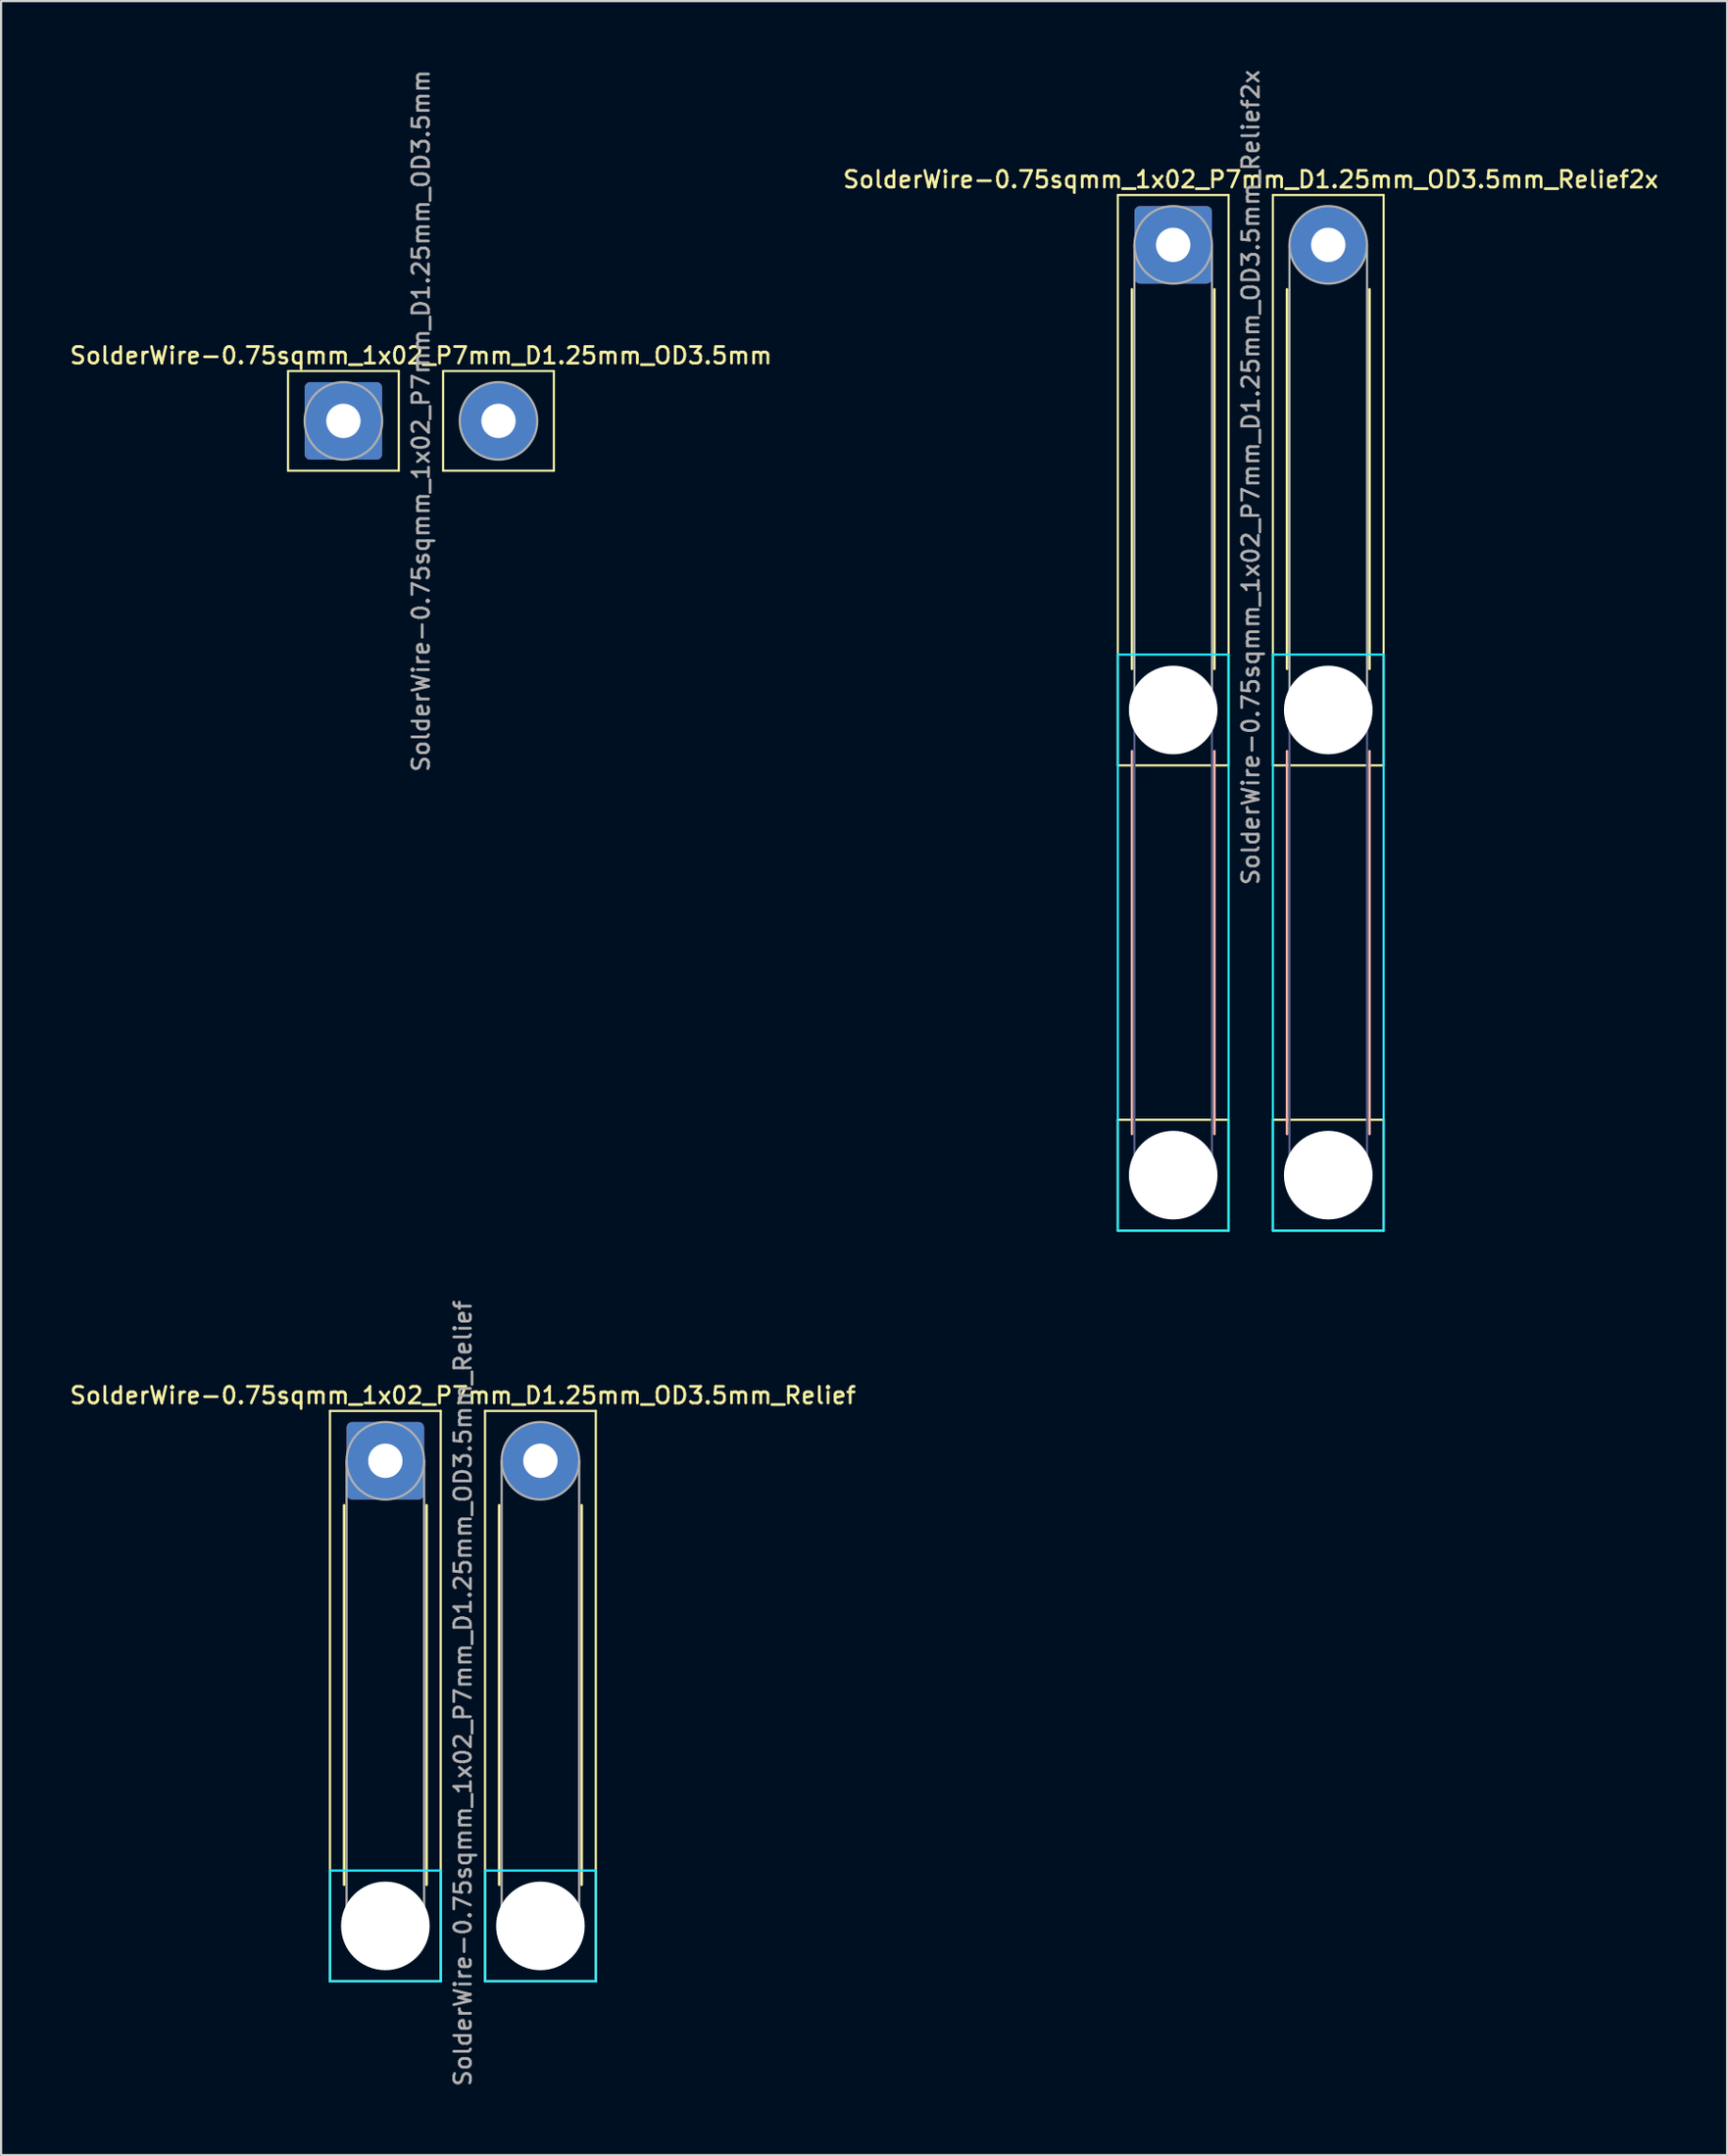
<source format=kicad_pcb>
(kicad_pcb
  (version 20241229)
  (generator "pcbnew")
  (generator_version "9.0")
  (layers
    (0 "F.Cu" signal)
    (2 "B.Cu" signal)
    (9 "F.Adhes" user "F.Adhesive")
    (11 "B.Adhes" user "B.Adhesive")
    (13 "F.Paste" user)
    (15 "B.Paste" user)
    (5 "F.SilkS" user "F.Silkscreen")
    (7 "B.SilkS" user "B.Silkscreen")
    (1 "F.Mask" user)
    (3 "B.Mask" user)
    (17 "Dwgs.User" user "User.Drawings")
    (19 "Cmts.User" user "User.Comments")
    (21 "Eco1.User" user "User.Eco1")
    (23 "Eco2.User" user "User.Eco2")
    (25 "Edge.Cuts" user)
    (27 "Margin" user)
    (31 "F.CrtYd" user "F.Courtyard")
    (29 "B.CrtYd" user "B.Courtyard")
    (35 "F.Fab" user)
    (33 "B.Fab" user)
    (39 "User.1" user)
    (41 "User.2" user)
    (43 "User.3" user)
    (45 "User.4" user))
  (footprint "SolderWire-0.75sqmm_1x02_P7mm_D1.25mm_OD3.5mm_Relief2x"
    (layer "F.Cu")
    (at 49.909 8.005)
    (property "Reference" "SolderWire-0.75sqmm_1x02_P7mm_D1.25mm_OD3.5mm_Relief2x" (at 3.5 -2.95 0) (layer "F.SilkS") (effects (font (size 0.75 0.75) (thickness 0.125))))
    (attr exclude_from_pos_files exclude_from_bom)
    (fp_line (start -2.5 -2.25) (end -2.5 23.5) (stroke (width 0.1) (type solid)) (layer "F.SilkS"))
    (fp_line (start -2.5 23.5) (end 2.5 23.5) (stroke (width 0.1) (type solid)) (layer "F.SilkS"))
    (fp_line (start -2.5 39.5) (end -2.5 44.5) (stroke (width 0.1) (type solid)) (layer "F.SilkS"))
    (fp_line (start -2.5 44.5) (end 2.5 44.5) (stroke (width 0.1) (type solid)) (layer "F.SilkS"))
    (fp_line (start -1.86 2.01) (end -1.86 19.14) (stroke (width 0.12) (type solid)) (layer "F.SilkS"))
    (fp_line (start 1.86 2.01) (end 1.86 19.14) (stroke (width 0.12) (type solid)) (layer "F.SilkS"))
    (fp_line (start 2.5 -2.25) (end -2.5 -2.25) (stroke (width 0.1) (type solid)) (layer "F.SilkS"))
    (fp_line (start 2.5 23.5) (end 2.5 -2.25) (stroke (width 0.1) (type solid)) (layer "F.SilkS"))
    (fp_line (start 2.5 39.5) (end -2.5 39.5) (stroke (width 0.1) (type solid)) (layer "F.SilkS"))
    (fp_line (start 2.5 44.5) (end 2.5 39.5) (stroke (width 0.1) (type solid)) (layer "F.SilkS"))
    (fp_line (start 4.5 -2.25) (end 4.5 23.5) (stroke (width 0.1) (type solid)) (layer "F.SilkS"))
    (fp_line (start 4.5 23.5) (end 9.5 23.5) (stroke (width 0.1) (type solid)) (layer "F.SilkS"))
    (fp_line (start 4.5 39.5) (end 4.5 44.5) (stroke (width 0.1) (type solid)) (layer "F.SilkS"))
    (fp_line (start 4.5 44.5) (end 9.5 44.5) (stroke (width 0.1) (type solid)) (layer "F.SilkS"))
    (fp_line (start 5.14 2.01) (end 5.14 19.14) (stroke (width 0.12) (type solid)) (layer "F.SilkS"))
    (fp_line (start 8.86 2.01) (end 8.86 19.14) (stroke (width 0.12) (type solid)) (layer "F.SilkS"))
    (fp_line (start 9.5 -2.25) (end 4.5 -2.25) (stroke (width 0.1) (type solid)) (layer "F.SilkS"))
    (fp_line (start 9.5 23.5) (end 9.5 -2.25) (stroke (width 0.1) (type solid)) (layer "F.SilkS"))
    (fp_line (start 9.5 39.5) (end 4.5 39.5) (stroke (width 0.1) (type solid)) (layer "F.SilkS"))
    (fp_line (start 9.5 44.5) (end 9.5 39.5) (stroke (width 0.1) (type solid)) (layer "F.SilkS"))
    (fp_line (start -1.86 22.86) (end -1.86 40.14) (stroke (width 0.12) (type solid)) (layer "B.SilkS"))
    (fp_line (start 1.86 22.86) (end 1.86 40.14) (stroke (width 0.12) (type solid)) (layer "B.SilkS"))
    (fp_line (start 5.14 22.86) (end 5.14 40.14) (stroke (width 0.12) (type solid)) (layer "B.SilkS"))
    (fp_line (start 8.86 22.86) (end 8.86 40.14) (stroke (width 0.12) (type solid)) (layer "B.SilkS"))
    (fp_line (start -2.5 18.5) (end -2.5 44.5) (stroke (width 0.1) (type solid)) (layer "B.CrtYd"))
    (fp_line (start -2.5 44.5) (end 2.5 44.5) (stroke (width 0.1) (type solid)) (layer "B.CrtYd"))
    (fp_line (start 2.5 18.5) (end -2.5 18.5) (stroke (width 0.1) (type solid)) (layer "B.CrtYd"))
    (fp_line (start 2.5 44.5) (end 2.5 18.5) (stroke (width 0.1) (type solid)) (layer "B.CrtYd"))
    (fp_line (start 4.5 18.5) (end 4.5 44.5) (stroke (width 0.1) (type solid)) (layer "B.CrtYd"))
    (fp_line (start 4.5 44.5) (end 9.5 44.5) (stroke (width 0.1) (type solid)) (layer "B.CrtYd"))
    (fp_line (start 9.5 18.5) (end 4.5 18.5) (stroke (width 0.1) (type solid)) (layer "B.CrtYd"))
    (fp_line (start 9.5 44.5) (end 9.5 18.5) (stroke (width 0.1) (type solid)) (layer "B.CrtYd"))
    (fp_line (start -1.75 21) (end -1.75 42) (stroke (width 0.1) (type solid)) (layer "B.Fab"))
    (fp_line (start 1.75 21) (end 1.75 42) (stroke (width 0.1) (type solid)) (layer "B.Fab"))
    (fp_line (start 5.25 21) (end 5.25 42) (stroke (width 0.1) (type solid)) (layer "B.Fab"))
    (fp_line (start 8.75 21) (end 8.75 42) (stroke (width 0.1) (type solid)) (layer "B.Fab"))
    (fp_circle (center 0 21) (end 1.75 21) (stroke (width 0.1) (type solid)) (fill no) (layer "B.Fab"))
    (fp_circle (center 0 42) (end 1.75 42) (stroke (width 0.1) (type solid)) (fill no) (layer "B.Fab"))
    (fp_circle (center 7 21) (end 8.75 21) (stroke (width 0.1) (type solid)) (fill no) (layer "B.Fab"))
    (fp_circle (center 7 42) (end 8.75 42) (stroke (width 0.1) (type solid)) (fill no) (layer "B.Fab"))
    (fp_line (start -1.75 0) (end -1.75 21) (stroke (width 0.1) (type solid)) (layer "F.Fab"))
    (fp_line (start 1.75 0) (end 1.75 21) (stroke (width 0.1) (type solid)) (layer "F.Fab"))
    (fp_line (start 5.25 0) (end 5.25 21) (stroke (width 0.1) (type solid)) (layer "F.Fab"))
    (fp_line (start 8.75 0) (end 8.75 21) (stroke (width 0.1) (type solid)) (layer "F.Fab"))
    (fp_circle (center 0 0) (end 1.75 0) (stroke (width 0.1) (type solid)) (fill no) (layer "F.Fab"))
    (fp_circle (center 0 21) (end 1.75 21) (stroke (width 0.1) (type solid)) (fill no) (layer "F.Fab"))
    (fp_circle (center 0 42) (end 1.75 42) (stroke (width 0.1) (type solid)) (fill no) (layer "F.Fab"))
    (fp_circle (center 7 0) (end 8.75 0) (stroke (width 0.1) (type solid)) (fill no) (layer "F.Fab"))
    (fp_circle (center 7 21) (end 8.75 21) (stroke (width 0.1) (type solid)) (fill no) (layer "F.Fab"))
    (fp_circle (center 7 42) (end 8.75 42) (stroke (width 0.1) (type solid)) (fill no) (layer "F.Fab"))
    (fp_text user "${REFERENCE}" (at 3.5 10.5 90) (layer "F.Fab") (effects (font (size 0.75 0.75) (thickness 0.125))))
    (pad "" np_thru_hole circle (at 0 21) (size 4 4) (drill 4) (layers "*.Cu" "*.Mask"))
    (pad "" np_thru_hole circle (at 0 42) (size 4 4) (drill 4) (layers "*.Cu" "*.Mask"))
    (pad "" np_thru_hole circle (at 7 21) (size 4 4) (drill 4) (layers "*.Cu" "*.Mask"))
    (pad "" np_thru_hole circle (at 7 42) (size 4 4) (drill 4) (layers "*.Cu" "*.Mask"))
    (pad "1" thru_hole roundrect (at 0 0) (size 3.5 3.5) (drill 1.55) (layers "*.Cu" "*.Mask") (roundrect_rratio 0.071))
    (pad "2" thru_hole circle (at 7 0) (size 3.5 3.5) (drill 1.55) (layers "*.Cu" "*.Mask")))
  (footprint "SolderWire-0.75sqmm_1x02_P7mm_D1.25mm_OD3.5mm"
    (layer "F.Cu")
    (at 12.452 15.952)
    (property "Reference" "SolderWire-0.75sqmm_1x02_P7mm_D1.25mm_OD3.5mm" (at 3.5 -2.95 0) (layer "F.SilkS") (effects (font (size 0.75 0.75) (thickness 0.125))))
    (attr exclude_from_pos_files exclude_from_bom)
    (fp_line (start -2.5 -2.25) (end -2.5 2.25) (stroke (width 0.1) (type solid)) (layer "F.SilkS"))
    (fp_line (start -2.5 2.25) (end 2.5 2.25) (stroke (width 0.1) (type solid)) (layer "F.SilkS"))
    (fp_line (start 2.5 -2.25) (end -2.5 -2.25) (stroke (width 0.1) (type solid)) (layer "F.SilkS"))
    (fp_line (start 2.5 2.25) (end 2.5 -2.25) (stroke (width 0.1) (type solid)) (layer "F.SilkS"))
    (fp_line (start 4.5 -2.25) (end 4.5 2.25) (stroke (width 0.1) (type solid)) (layer "F.SilkS"))
    (fp_line (start 4.5 2.25) (end 9.5 2.25) (stroke (width 0.1) (type solid)) (layer "F.SilkS"))
    (fp_line (start 9.5 -2.25) (end 4.5 -2.25) (stroke (width 0.1) (type solid)) (layer "F.SilkS"))
    (fp_line (start 9.5 2.25) (end 9.5 -2.25) (stroke (width 0.1) (type solid)) (layer "F.SilkS"))
    (fp_circle (center 0 0) (end 1.75 0) (stroke (width 0.1) (type solid)) (fill no) (layer "F.Fab"))
    (fp_circle (center 7 0) (end 8.75 0) (stroke (width 0.1) (type solid)) (fill no) (layer "F.Fab"))
    (fp_text user "${REFERENCE}" (at 3.5 0 90) (layer "F.Fab") (effects (font (size 0.75 0.75) (thickness 0.125))))
    (pad "1" thru_hole roundrect (at 0 0) (size 3.5 3.5) (drill 1.55) (layers "*.Cu" "*.Mask") (roundrect_rratio 0.071))
    (pad "2" thru_hole circle (at 7 0) (size 3.5 3.5) (drill 1.55) (layers "*.Cu" "*.Mask")))
  (footprint "SolderWire-0.75sqmm_1x02_P7mm_D1.25mm_OD3.5mm_Relief"
    (layer "F.Cu")
    (at 14.345 62.9)
    (property "Reference" "SolderWire-0.75sqmm_1x02_P7mm_D1.25mm_OD3.5mm_Relief" (at 3.5 -2.95 0) (layer "F.SilkS") (effects (font (size 0.75 0.75) (thickness 0.125))))
    (attr exclude_from_pos_files exclude_from_bom)
    (fp_line (start -2.5 -2.25) (end -2.5 23.5) (stroke (width 0.1) (type solid)) (layer "F.SilkS"))
    (fp_line (start -2.5 23.5) (end 2.5 23.5) (stroke (width 0.1) (type solid)) (layer "F.SilkS"))
    (fp_line (start -1.86 2.01) (end -1.86 19.14) (stroke (width 0.12) (type solid)) (layer "F.SilkS"))
    (fp_line (start 1.86 2.01) (end 1.86 19.14) (stroke (width 0.12) (type solid)) (layer "F.SilkS"))
    (fp_line (start 2.5 -2.25) (end -2.5 -2.25) (stroke (width 0.1) (type solid)) (layer "F.SilkS"))
    (fp_line (start 2.5 23.5) (end 2.5 -2.25) (stroke (width 0.1) (type solid)) (layer "F.SilkS"))
    (fp_line (start 4.5 -2.25) (end 4.5 23.5) (stroke (width 0.1) (type solid)) (layer "F.SilkS"))
    (fp_line (start 4.5 23.5) (end 9.5 23.5) (stroke (width 0.1) (type solid)) (layer "F.SilkS"))
    (fp_line (start 5.14 2.01) (end 5.14 19.14) (stroke (width 0.12) (type solid)) (layer "F.SilkS"))
    (fp_line (start 8.86 2.01) (end 8.86 19.14) (stroke (width 0.12) (type solid)) (layer "F.SilkS"))
    (fp_line (start 9.5 -2.25) (end 4.5 -2.25) (stroke (width 0.1) (type solid)) (layer "F.SilkS"))
    (fp_line (start 9.5 23.5) (end 9.5 -2.25) (stroke (width 0.1) (type solid)) (layer "F.SilkS"))
    (fp_line (start -2.5 18.5) (end -2.5 23.5) (stroke (width 0.1) (type solid)) (layer "B.CrtYd"))
    (fp_line (start -2.5 23.5) (end 2.5 23.5) (stroke (width 0.1) (type solid)) (layer "B.CrtYd"))
    (fp_line (start 2.5 18.5) (end -2.5 18.5) (stroke (width 0.1) (type solid)) (layer "B.CrtYd"))
    (fp_line (start 2.5 23.5) (end 2.5 18.5) (stroke (width 0.1) (type solid)) (layer "B.CrtYd"))
    (fp_line (start 4.5 18.5) (end 4.5 23.5) (stroke (width 0.1) (type solid)) (layer "B.CrtYd"))
    (fp_line (start 4.5 23.5) (end 9.5 23.5) (stroke (width 0.1) (type solid)) (layer "B.CrtYd"))
    (fp_line (start 9.5 18.5) (end 4.5 18.5) (stroke (width 0.1) (type solid)) (layer "B.CrtYd"))
    (fp_line (start 9.5 23.5) (end 9.5 18.5) (stroke (width 0.1) (type solid)) (layer "B.CrtYd"))
    (fp_line (start -1.75 0) (end -1.75 21) (stroke (width 0.1) (type solid)) (layer "F.Fab"))
    (fp_line (start 1.75 0) (end 1.75 21) (stroke (width 0.1) (type solid)) (layer "F.Fab"))
    (fp_line (start 5.25 0) (end 5.25 21) (stroke (width 0.1) (type solid)) (layer "F.Fab"))
    (fp_line (start 8.75 0) (end 8.75 21) (stroke (width 0.1) (type solid)) (layer "F.Fab"))
    (fp_circle (center 0 0) (end 1.75 0) (stroke (width 0.1) (type solid)) (fill no) (layer "F.Fab"))
    (fp_circle (center 0 21) (end 1.75 21) (stroke (width 0.1) (type solid)) (fill no) (layer "F.Fab"))
    (fp_circle (center 7 0) (end 8.75 0) (stroke (width 0.1) (type solid)) (fill no) (layer "F.Fab"))
    (fp_circle (center 7 21) (end 8.75 21) (stroke (width 0.1) (type solid)) (fill no) (layer "F.Fab"))
    (fp_text user "${REFERENCE}" (at 3.5 10.5 90) (layer "F.Fab") (effects (font (size 0.75 0.75) (thickness 0.125))))
    (pad "" np_thru_hole circle (at 0 21) (size 4 4) (drill 4) (layers "*.Cu" "*.Mask"))
    (pad "" np_thru_hole circle (at 7 21) (size 4 4) (drill 4) (layers "*.Cu" "*.Mask"))
    (pad "1" thru_hole roundrect (at 0 0) (size 3.5 3.5) (drill 1.55) (layers "*.Cu" "*.Mask") (roundrect_rratio 0.071))
    (pad "2" thru_hole circle (at 7 0) (size 3.5 3.5) (drill 1.55) (layers "*.Cu" "*.Mask")))
  (gr_rect
    (start -3 -3)
    (end 74.914 94.245)
    (stroke (width 0.1) (type default))
    (fill no)
    (layer "Edge.Cuts")))
</source>
